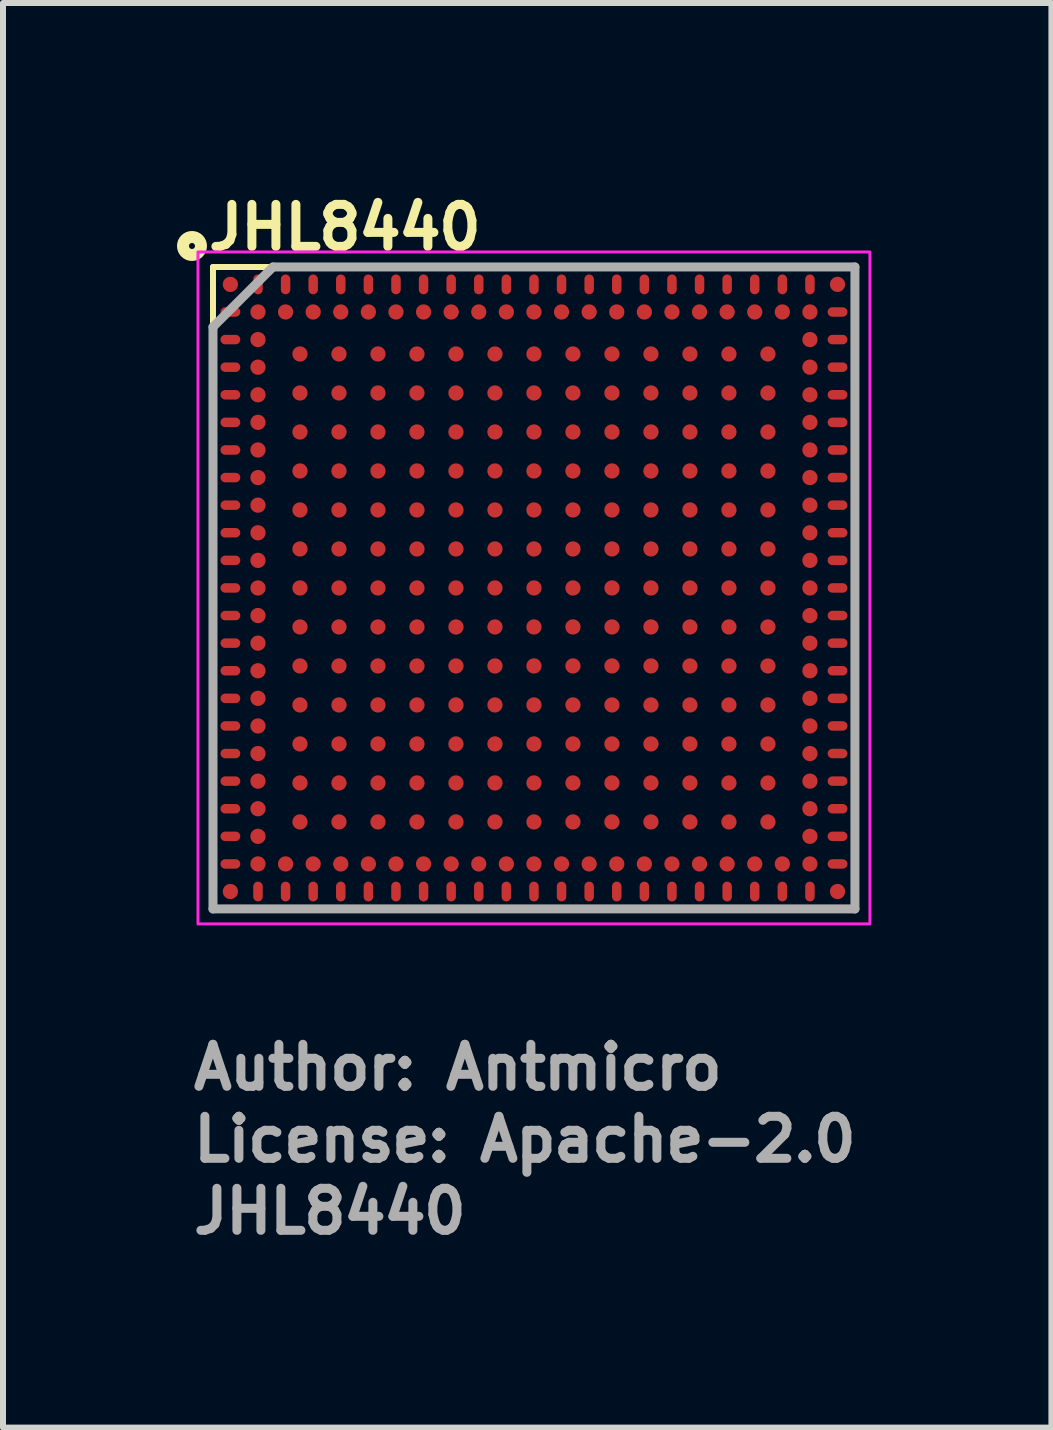
<source format=kicad_pcb>
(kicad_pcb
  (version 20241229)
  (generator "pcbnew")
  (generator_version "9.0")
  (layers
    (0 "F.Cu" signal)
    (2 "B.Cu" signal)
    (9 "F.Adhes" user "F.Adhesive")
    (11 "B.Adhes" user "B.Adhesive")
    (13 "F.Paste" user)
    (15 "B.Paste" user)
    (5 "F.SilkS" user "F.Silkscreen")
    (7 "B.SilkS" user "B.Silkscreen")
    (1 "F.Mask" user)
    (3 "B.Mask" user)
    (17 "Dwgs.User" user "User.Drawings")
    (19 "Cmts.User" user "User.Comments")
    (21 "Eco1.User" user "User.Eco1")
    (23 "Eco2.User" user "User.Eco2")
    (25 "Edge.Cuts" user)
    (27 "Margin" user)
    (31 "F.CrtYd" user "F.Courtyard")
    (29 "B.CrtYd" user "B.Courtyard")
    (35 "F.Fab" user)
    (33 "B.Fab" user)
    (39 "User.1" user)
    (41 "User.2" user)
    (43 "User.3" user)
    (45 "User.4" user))
  (footprint "JHL8440"
    (layer "F.Cu")
    (at 5.85 6.75)
    (property "Reference" "JHL8440" (at -5.5 -5.6 0) (unlocked yes) (layer "F.SilkS") (effects (font (size 0.7 0.7) (thickness 0.15)) (justify left bottom)))
    (attr smd)
    (fp_line (start -5.35 5.35) (end -5.35 -5.35) (stroke (width 0.1) (type solid)) (layer "F.SilkS"))
    (fp_line (start -5.35 5.35) (end 5.35 5.35) (stroke (width 0.1) (type solid)) (layer "F.SilkS"))
    (fp_line (start 5.35 -5.35) (end -5.35 -5.35) (stroke (width 0.1) (type solid)) (layer "F.SilkS"))
    (fp_line (start 5.35 -5.35) (end 5.35 5.35) (stroke (width 0.1) (type solid)) (layer "F.SilkS"))
    (fp_circle (center -5.7 -5.7) (end -5.65 -5.7) (stroke (width 0.2) (type solid)) (fill no) (layer "F.SilkS"))
    (fp_rect (start -5.6 -5.6) (end 5.6 5.6) (stroke (width 0.05) (type solid)) (fill no) (layer "F.CrtYd"))
    (fp_line (start -5.35 5.35) (end -5.35 -4.35) (stroke (width 0.15) (type solid)) (layer "F.Fab"))
    (fp_line (start -4.35 -5.35) (end -5.35 -4.35) (stroke (width 0.15) (type solid)) (layer "F.Fab"))
    (fp_line (start -4.35 -5.35) (end 5.35 -5.35) (stroke (width 0.15) (type solid)) (layer "F.Fab"))
    (fp_line (start 5.35 -5.35) (end 5.35 5.35) (stroke (width 0.15) (type solid)) (layer "F.Fab"))
    (fp_line (start 5.35 5.35) (end -5.35 5.35) (stroke (width 0.15) (type solid)) (layer "F.Fab"))
    (fp_rect (start -5.35 -5.35) (end 5.35 5.35) (stroke (width 0.15) (type solid)) (fill no) (layer "User.5"))
    (fp_line (start -5.35 -5.35) (end 5.35 -5.35) (stroke (width 0.1) (type solid)) (layer "User.9"))
    (fp_line (start -5.35 5.35) (end -5.35 -5.35) (stroke (width 0.1) (type solid)) (layer "User.9"))
    (fp_line (start 5.35 -5.35) (end 5.35 5.35) (stroke (width 0.1) (type solid)) (layer "User.9"))
    (fp_line (start 5.35 5.35) (end -5.35 5.35) (stroke (width 0.1) (type solid)) (layer "User.9"))
    (fp_text user "Author: Antmicro" (at -5.75 8.4 0) (layer "F.Fab") (effects (font (size 0.7 0.7) (thickness 0.15)) (justify left bottom)))
    (fp_text user "${REFERENCE}" (at -5.75 10.8 0) (unlocked yes) (layer "F.Fab") (effects (font (size 0.7 0.7) (thickness 0.15)) (justify left bottom)))
    (fp_text user "License: Apache-2.0" (at -5.75 9.6 0) (layer "F.Fab") (effects (font (size 0.7 0.7) (thickness 0.15)) (justify left bottom)))
    (pad "A1" smd circle (at -5.06 -5.06) (size 0.254 0.254) (layers "F.Cu" "F.Mask" "F.Paste"))
    (pad "A2" smd oval (at -4.6 -5.06) (size 0.158 0.33) (layers "F.Cu" "F.Mask" "F.Paste"))
    (pad "A3" smd oval (at -4.14 -5.06) (size 0.158 0.33) (layers "F.Cu" "F.Mask" "F.Paste"))
    (pad "A4" smd oval (at -3.68 -5.06) (size 0.158 0.33) (layers "F.Cu" "F.Mask" "F.Paste"))
    (pad "A5" smd oval (at -3.22 -5.06) (size 0.158 0.33) (layers "F.Cu" "F.Mask" "F.Paste"))
    (pad "A6" smd oval (at -2.76 -5.06) (size 0.158 0.33) (layers "F.Cu" "F.Mask" "F.Paste"))
    (pad "A7" smd oval (at -2.3 -5.06) (size 0.158 0.33) (layers "F.Cu" "F.Mask" "F.Paste"))
    (pad "A8" smd oval (at -1.84 -5.06) (size 0.158 0.33) (layers "F.Cu" "F.Mask" "F.Paste"))
    (pad "A9" smd oval (at -1.38 -5.06) (size 0.158 0.33) (layers "F.Cu" "F.Mask" "F.Paste"))
    (pad "A10" smd oval (at -0.92 -5.06) (size 0.158 0.33) (layers "F.Cu" "F.Mask" "F.Paste"))
    (pad "A11" smd oval (at -0.46 -5.06) (size 0.158 0.33) (layers "F.Cu" "F.Mask" "F.Paste"))
    (pad "A12" smd oval (at 0 -5.06) (size 0.158 0.33) (layers "F.Cu" "F.Mask" "F.Paste"))
    (pad "A13" smd oval (at 0.46 -5.06) (size 0.158 0.33) (layers "F.Cu" "F.Mask" "F.Paste"))
    (pad "A14" smd oval (at 0.92 -5.06) (size 0.158 0.33) (layers "F.Cu" "F.Mask" "F.Paste"))
    (pad "A15" smd oval (at 1.38 -5.06) (size 0.158 0.33) (layers "F.Cu" "F.Mask" "F.Paste"))
    (pad "A16" smd oval (at 1.84 -5.06) (size 0.158 0.33) (layers "F.Cu" "F.Mask" "F.Paste"))
    (pad "A17" smd oval (at 2.3 -5.06) (size 0.158 0.33) (layers "F.Cu" "F.Mask" "F.Paste"))
    (pad "A18" smd oval (at 2.76 -5.06) (size 0.158 0.33) (layers "F.Cu" "F.Mask" "F.Paste"))
    (pad "A19" smd oval (at 3.22 -5.06) (size 0.158 0.33) (layers "F.Cu" "F.Mask" "F.Paste"))
    (pad "A20" smd oval (at 3.68 -5.06) (size 0.158 0.33) (layers "F.Cu" "F.Mask" "F.Paste"))
    (pad "A21" smd oval (at 4.14 -5.06) (size 0.158 0.33) (layers "F.Cu" "F.Mask" "F.Paste"))
    (pad "A22" smd oval (at 4.6 -5.06) (size 0.158 0.33) (layers "F.Cu" "F.Mask" "F.Paste"))
    (pad "A23" smd circle (at 5.06 -5.06) (size 0.254 0.254) (layers "F.Cu" "F.Mask" "F.Paste"))
    (pad "AA1" smd oval (at -5.06 4.14 90) (size 0.158 0.33) (layers "F.Cu" "F.Mask" "F.Paste"))
    (pad "AA2" smd circle (at -4.6 4.14) (size 0.254 0.254) (layers "F.Cu" "F.Mask" "F.Paste"))
    (pad "AA22" smd circle (at 4.6 4.14) (size 0.254 0.254) (layers "F.Cu" "F.Mask" "F.Paste"))
    (pad "AA23" smd oval (at 5.06 4.14 90) (size 0.158 0.33) (layers "F.Cu" "F.Mask" "F.Paste"))
    (pad "AB1" smd oval (at -5.06 4.6 90) (size 0.158 0.33) (layers "F.Cu" "F.Mask" "F.Paste"))
    (pad "AB2" smd circle (at -4.6 4.6) (size 0.254 0.254) (layers "F.Cu" "F.Mask" "F.Paste"))
    (pad "AB3" smd circle (at -4.14 4.6) (size 0.254 0.254) (layers "F.Cu" "F.Mask" "F.Paste"))
    (pad "AB4" smd circle (at -3.68 4.6) (size 0.254 0.254) (layers "F.Cu" "F.Mask" "F.Paste"))
    (pad "AB5" smd circle (at -3.22 4.6) (size 0.254 0.254) (layers "F.Cu" "F.Mask" "F.Paste"))
    (pad "AB6" smd circle (at -2.76 4.6) (size 0.254 0.254) (layers "F.Cu" "F.Mask" "F.Paste"))
    (pad "AB7" smd circle (at -2.3 4.6) (size 0.254 0.254) (layers "F.Cu" "F.Mask" "F.Paste"))
    (pad "AB8" smd circle (at -1.84 4.6) (size 0.254 0.254) (layers "F.Cu" "F.Mask" "F.Paste"))
    (pad "AB9" smd circle (at -1.38 4.6) (size 0.254 0.254) (layers "F.Cu" "F.Mask" "F.Paste"))
    (pad "AB10" smd circle (at -0.92 4.6) (size 0.254 0.254) (layers "F.Cu" "F.Mask" "F.Paste"))
    (pad "AB11" smd circle (at -0.46 4.6) (size 0.254 0.254) (layers "F.Cu" "F.Mask" "F.Paste"))
    (pad "AB12" smd circle (at 0 4.6) (size 0.254 0.254) (layers "F.Cu" "F.Mask" "F.Paste"))
    (pad "AB13" smd circle (at 0.46 4.6) (size 0.254 0.254) (layers "F.Cu" "F.Mask" "F.Paste"))
    (pad "AB14" smd circle (at 0.92 4.6) (size 0.254 0.254) (layers "F.Cu" "F.Mask" "F.Paste"))
    (pad "AB15" smd circle (at 1.38 4.6) (size 0.254 0.254) (layers "F.Cu" "F.Mask" "F.Paste"))
    (pad "AB16" smd circle (at 1.84 4.6) (size 0.254 0.254) (layers "F.Cu" "F.Mask" "F.Paste"))
    (pad "AB17" smd circle (at 2.3 4.6) (size 0.254 0.254) (layers "F.Cu" "F.Mask" "F.Paste"))
    (pad "AB18" smd circle (at 2.76 4.6) (size 0.254 0.254) (layers "F.Cu" "F.Mask" "F.Paste"))
    (pad "AB19" smd circle (at 3.22 4.6) (size 0.254 0.254) (layers "F.Cu" "F.Mask" "F.Paste"))
    (pad "AB20" smd circle (at 3.68 4.6) (size 0.254 0.254) (layers "F.Cu" "F.Mask" "F.Paste"))
    (pad "AB21" smd circle (at 4.14 4.6) (size 0.254 0.254) (layers "F.Cu" "F.Mask" "F.Paste"))
    (pad "AB22" smd circle (at 4.6 4.6) (size 0.254 0.254) (layers "F.Cu" "F.Mask" "F.Paste"))
    (pad "AB23" smd oval (at 5.06 4.6 90) (size 0.158 0.33) (layers "F.Cu" "F.Mask" "F.Paste"))
    (pad "AC1" smd circle (at -5.06 5.06) (size 0.254 0.254) (layers "F.Cu" "F.Mask" "F.Paste"))
    (pad "AC2" smd oval (at -4.6 5.06) (size 0.158 0.33) (layers "F.Cu" "F.Mask" "F.Paste"))
    (pad "AC3" smd oval (at -4.14 5.06) (size 0.158 0.33) (layers "F.Cu" "F.Mask" "F.Paste"))
    (pad "AC4" smd oval (at -3.68 5.06) (size 0.158 0.33) (layers "F.Cu" "F.Mask" "F.Paste"))
    (pad "AC5" smd oval (at -3.22 5.06) (size 0.158 0.33) (layers "F.Cu" "F.Mask" "F.Paste"))
    (pad "AC6" smd oval (at -2.76 5.06) (size 0.158 0.33) (layers "F.Cu" "F.Mask" "F.Paste"))
    (pad "AC7" smd oval (at -2.3 5.06) (size 0.158 0.33) (layers "F.Cu" "F.Mask" "F.Paste"))
    (pad "AC8" smd oval (at -1.84 5.06) (size 0.158 0.33) (layers "F.Cu" "F.Mask" "F.Paste"))
    (pad "AC9" smd oval (at -1.38 5.06) (size 0.158 0.33) (layers "F.Cu" "F.Mask" "F.Paste"))
    (pad "AC10" smd oval (at -0.92 5.06) (size 0.158 0.33) (layers "F.Cu" "F.Mask" "F.Paste"))
    (pad "AC11" smd oval (at -0.46 5.06) (size 0.158 0.33) (layers "F.Cu" "F.Mask" "F.Paste"))
    (pad "AC12" smd oval (at 0 5.06) (size 0.158 0.33) (layers "F.Cu" "F.Mask" "F.Paste"))
    (pad "AC13" smd oval (at 0.46 5.06) (size 0.158 0.33) (layers "F.Cu" "F.Mask" "F.Paste"))
    (pad "AC14" smd oval (at 0.92 5.06) (size 0.158 0.33) (layers "F.Cu" "F.Mask" "F.Paste"))
    (pad "AC15" smd oval (at 1.38 5.06) (size 0.158 0.33) (layers "F.Cu" "F.Mask" "F.Paste"))
    (pad "AC16" smd oval (at 1.84 5.06) (size 0.158 0.33) (layers "F.Cu" "F.Mask" "F.Paste"))
    (pad "AC17" smd oval (at 2.3 5.06) (size 0.158 0.33) (layers "F.Cu" "F.Mask" "F.Paste"))
    (pad "AC18" smd oval (at 2.76 5.06) (size 0.158 0.33) (layers "F.Cu" "F.Mask" "F.Paste"))
    (pad "AC19" smd oval (at 3.22 5.06) (size 0.158 0.33) (layers "F.Cu" "F.Mask" "F.Paste"))
    (pad "AC20" smd oval (at 3.68 5.06) (size 0.158 0.33) (layers "F.Cu" "F.Mask" "F.Paste"))
    (pad "AC21" smd oval (at 4.14 5.06) (size 0.158 0.33) (layers "F.Cu" "F.Mask" "F.Paste"))
    (pad "AC22" smd oval (at 4.6 5.06) (size 0.158 0.33) (layers "F.Cu" "F.Mask" "F.Paste"))
    (pad "AC23" smd circle (at 5.06 5.06) (size 0.254 0.254) (layers "F.Cu" "F.Mask" "F.Paste"))
    (pad "B1" smd oval (at -5.06 -4.6 90) (size 0.158 0.33) (layers "F.Cu" "F.Mask" "F.Paste"))
    (pad "B2" smd circle (at -4.6 -4.6) (size 0.254 0.254) (layers "F.Cu" "F.Mask" "F.Paste"))
    (pad "B3" smd circle (at -4.14 -4.6) (size 0.254 0.254) (layers "F.Cu" "F.Mask" "F.Paste"))
    (pad "B4" smd circle (at -3.68 -4.6) (size 0.254 0.254) (layers "F.Cu" "F.Mask" "F.Paste"))
    (pad "B5" smd circle (at -3.22 -4.6) (size 0.254 0.254) (layers "F.Cu" "F.Mask" "F.Paste"))
    (pad "B6" smd circle (at -2.76 -4.6) (size 0.254 0.254) (layers "F.Cu" "F.Mask" "F.Paste"))
    (pad "B7" smd circle (at -2.3 -4.6) (size 0.254 0.254) (layers "F.Cu" "F.Mask" "F.Paste"))
    (pad "B8" smd circle (at -1.84 -4.6) (size 0.254 0.254) (layers "F.Cu" "F.Mask" "F.Paste"))
    (pad "B9" smd circle (at -1.38 -4.6) (size 0.254 0.254) (layers "F.Cu" "F.Mask" "F.Paste"))
    (pad "B10" smd circle (at -0.92 -4.6) (size 0.254 0.254) (layers "F.Cu" "F.Mask" "F.Paste"))
    (pad "B11" smd circle (at -0.46 -4.6) (size 0.254 0.254) (layers "F.Cu" "F.Mask" "F.Paste"))
    (pad "B12" smd circle (at 0 -4.6) (size 0.254 0.254) (layers "F.Cu" "F.Mask" "F.Paste"))
    (pad "B13" smd circle (at 0.46 -4.6) (size 0.254 0.254) (layers "F.Cu" "F.Mask" "F.Paste"))
    (pad "B14" smd circle (at 0.92 -4.6) (size 0.254 0.254) (layers "F.Cu" "F.Mask" "F.Paste"))
    (pad "B15" smd circle (at 1.38 -4.6) (size 0.254 0.254) (layers "F.Cu" "F.Mask" "F.Paste"))
    (pad "B16" smd circle (at 1.84 -4.6) (size 0.254 0.254) (layers "F.Cu" "F.Mask" "F.Paste"))
    (pad "B17" smd circle (at 2.3 -4.6) (size 0.254 0.254) (layers "F.Cu" "F.Mask" "F.Paste"))
    (pad "B18" smd circle (at 2.76 -4.6) (size 0.254 0.254) (layers "F.Cu" "F.Mask" "F.Paste"))
    (pad "B19" smd circle (at 3.22 -4.6) (size 0.254 0.254) (layers "F.Cu" "F.Mask" "F.Paste"))
    (pad "B20" smd circle (at 3.68 -4.6) (size 0.254 0.254) (layers "F.Cu" "F.Mask" "F.Paste"))
    (pad "B21" smd circle (at 4.14 -4.6) (size 0.254 0.254) (layers "F.Cu" "F.Mask" "F.Paste"))
    (pad "B22" smd circle (at 4.6 -4.6) (size 0.254 0.254) (layers "F.Cu" "F.Mask" "F.Paste"))
    (pad "B23" smd oval (at 5.06 -4.6 90) (size 0.158 0.33) (layers "F.Cu" "F.Mask" "F.Paste"))
    (pad "C1" smd oval (at -5.06 -4.14 90) (size 0.158 0.33) (layers "F.Cu" "F.Mask" "F.Paste"))
    (pad "C2" smd circle (at -4.6 -4.14) (size 0.254 0.254) (layers "F.Cu" "F.Mask" "F.Paste"))
    (pad "C22" smd circle (at 4.6 -4.14) (size 0.254 0.254) (layers "F.Cu" "F.Mask" "F.Paste"))
    (pad "C23" smd oval (at 5.06 -4.14 90) (size 0.158 0.33) (layers "F.Cu" "F.Mask" "F.Paste"))
    (pad "D1" smd oval (at -5.06 -3.68 90) (size 0.158 0.33) (layers "F.Cu" "F.Mask" "F.Paste"))
    (pad "D2" smd circle (at -4.6 -3.68) (size 0.254 0.254) (layers "F.Cu" "F.Mask" "F.Paste"))
    (pad "D4" smd circle (at -3.9 -3.9) (size 0.254 0.254) (layers "F.Cu" "F.Mask" "F.Paste"))
    (pad "D5" smd circle (at -3.25 -3.9) (size 0.254 0.254) (layers "F.Cu" "F.Mask" "F.Paste"))
    (pad "D6" smd circle (at -2.6 -3.9) (size 0.254 0.254) (layers "F.Cu" "F.Mask" "F.Paste"))
    (pad "D8" smd circle (at -1.95 -3.9) (size 0.254 0.254) (layers "F.Cu" "F.Mask" "F.Paste"))
    (pad "D9" smd circle (at -1.3 -3.9) (size 0.254 0.254) (layers "F.Cu" "F.Mask" "F.Paste"))
    (pad "D11" smd circle (at -0.65 -3.9) (size 0.254 0.254) (layers "F.Cu" "F.Mask" "F.Paste"))
    (pad "D12" smd circle (at 0 -3.9) (size 0.254 0.254) (layers "F.Cu" "F.Mask" "F.Paste"))
    (pad "D13" smd circle (at 0.65 -3.9) (size 0.254 0.254) (layers "F.Cu" "F.Mask" "F.Paste"))
    (pad "D15" smd circle (at 1.3 -3.9) (size 0.254 0.254) (layers "F.Cu" "F.Mask" "F.Paste"))
    (pad "D16" smd circle (at 1.95 -3.9) (size 0.254 0.254) (layers "F.Cu" "F.Mask" "F.Paste"))
    (pad "D18" smd circle (at 2.6 -3.9) (size 0.254 0.254) (layers "F.Cu" "F.Mask" "F.Paste"))
    (pad "D19" smd circle (at 3.25 -3.9) (size 0.254 0.254) (layers "F.Cu" "F.Mask" "F.Paste"))
    (pad "D20" smd circle (at 3.9 -3.9) (size 0.254 0.254) (layers "F.Cu" "F.Mask" "F.Paste"))
    (pad "D22" smd circle (at 4.6 -3.68) (size 0.254 0.254) (layers "F.Cu" "F.Mask" "F.Paste"))
    (pad "D23" smd oval (at 5.06 -3.68 90) (size 0.158 0.33) (layers "F.Cu" "F.Mask" "F.Paste"))
    (pad "E1" smd oval (at -5.06 -3.22 90) (size 0.158 0.33) (layers "F.Cu" "F.Mask" "F.Paste"))
    (pad "E2" smd circle (at -4.6 -3.22) (size 0.254 0.254) (layers "F.Cu" "F.Mask" "F.Paste"))
    (pad "E4" smd circle (at -3.9 -3.25) (size 0.254 0.254) (layers "F.Cu" "F.Mask" "F.Paste"))
    (pad "E5" smd circle (at -3.25 -3.25) (size 0.254 0.254) (layers "F.Cu" "F.Mask" "F.Paste"))
    (pad "E6" smd circle (at -2.6 -3.25) (size 0.254 0.254) (layers "F.Cu" "F.Mask" "F.Paste"))
    (pad "E8" smd circle (at -1.95 -3.25) (size 0.254 0.254) (layers "F.Cu" "F.Mask" "F.Paste"))
    (pad "E9" smd circle (at -1.3 -3.25) (size 0.254 0.254) (layers "F.Cu" "F.Mask" "F.Paste"))
    (pad "E11" smd circle (at -0.65 -3.25) (size 0.254 0.254) (layers "F.Cu" "F.Mask" "F.Paste"))
    (pad "E12" smd circle (at 0 -3.25) (size 0.254 0.254) (layers "F.Cu" "F.Mask" "F.Paste"))
    (pad "E13" smd circle (at 0.65 -3.25) (size 0.254 0.254) (layers "F.Cu" "F.Mask" "F.Paste"))
    (pad "E15" smd circle (at 1.3 -3.25) (size 0.254 0.254) (layers "F.Cu" "F.Mask" "F.Paste"))
    (pad "E16" smd circle (at 1.95 -3.25) (size 0.254 0.254) (layers "F.Cu" "F.Mask" "F.Paste"))
    (pad "E18" smd circle (at 2.6 -3.25) (size 0.254 0.254) (layers "F.Cu" "F.Mask" "F.Paste"))
    (pad "E19" smd circle (at 3.25 -3.25) (size 0.254 0.254) (layers "F.Cu" "F.Mask" "F.Paste"))
    (pad "E20" smd circle (at 3.9 -3.25) (size 0.254 0.254) (layers "F.Cu" "F.Mask" "F.Paste"))
    (pad "E22" smd circle (at 4.6 -3.22) (size 0.254 0.254) (layers "F.Cu" "F.Mask" "F.Paste"))
    (pad "E23" smd oval (at 5.06 -3.22 90) (size 0.158 0.33) (layers "F.Cu" "F.Mask" "F.Paste"))
    (pad "F1" smd oval (at -5.06 -2.76 90) (size 0.158 0.33) (layers "F.Cu" "F.Mask" "F.Paste"))
    (pad "F2" smd circle (at -4.6 -2.76) (size 0.254 0.254) (layers "F.Cu" "F.Mask" "F.Paste"))
    (pad "F4" smd circle (at -3.9 -2.6) (size 0.254 0.254) (layers "F.Cu" "F.Mask" "F.Paste"))
    (pad "F5" smd circle (at -3.25 -2.6) (size 0.254 0.254) (layers "F.Cu" "F.Mask" "F.Paste"))
    (pad "F6" smd circle (at -2.6 -2.6) (size 0.254 0.254) (layers "F.Cu" "F.Mask" "F.Paste"))
    (pad "F8" smd circle (at -1.95 -2.6) (size 0.254 0.254) (layers "F.Cu" "F.Mask" "F.Paste"))
    (pad "F9" smd circle (at -1.3 -2.6) (size 0.254 0.254) (layers "F.Cu" "F.Mask" "F.Paste"))
    (pad "F11" smd circle (at -0.65 -2.6) (size 0.254 0.254) (layers "F.Cu" "F.Mask" "F.Paste"))
    (pad "F12" smd circle (at 0 -2.6) (size 0.254 0.254) (layers "F.Cu" "F.Mask" "F.Paste"))
    (pad "F13" smd circle (at 0.65 -2.6) (size 0.254 0.254) (layers "F.Cu" "F.Mask" "F.Paste"))
    (pad "F15" smd circle (at 1.3 -2.6) (size 0.254 0.254) (layers "F.Cu" "F.Mask" "F.Paste"))
    (pad "F16" smd circle (at 1.95 -2.6) (size 0.254 0.254) (layers "F.Cu" "F.Mask" "F.Paste"))
    (pad "F18" smd circle (at 2.6 -2.6) (size 0.254 0.254) (layers "F.Cu" "F.Mask" "F.Paste"))
    (pad "F19" smd circle (at 3.25 -2.6) (size 0.254 0.254) (layers "F.Cu" "F.Mask" "F.Paste"))
    (pad "F20" smd circle (at 3.9 -2.6) (size 0.254 0.254) (layers "F.Cu" "F.Mask" "F.Paste"))
    (pad "F22" smd circle (at 4.6 -2.76) (size 0.254 0.254) (layers "F.Cu" "F.Mask" "F.Paste"))
    (pad "F23" smd oval (at 5.06 -2.76 90) (size 0.158 0.33) (layers "F.Cu" "F.Mask" "F.Paste"))
    (pad "G1" smd oval (at -5.06 -2.3 90) (size 0.158 0.33) (layers "F.Cu" "F.Mask" "F.Paste"))
    (pad "G2" smd circle (at -4.6 -2.3) (size 0.254 0.254) (layers "F.Cu" "F.Mask" "F.Paste"))
    (pad "G22" smd circle (at 4.6 -2.3) (size 0.254 0.254) (layers "F.Cu" "F.Mask" "F.Paste"))
    (pad "G23" smd oval (at 5.06 -2.3 90) (size 0.158 0.33) (layers "F.Cu" "F.Mask" "F.Paste"))
    (pad "H1" smd oval (at -5.06 -1.84 90) (size 0.158 0.33) (layers "F.Cu" "F.Mask" "F.Paste"))
    (pad "H2" smd circle (at -4.6 -1.84) (size 0.254 0.254) (layers "F.Cu" "F.Mask" "F.Paste"))
    (pad "H4" smd circle (at -3.9 -1.95) (size 0.254 0.254) (layers "F.Cu" "F.Mask" "F.Paste"))
    (pad "H5" smd circle (at -3.25 -1.95) (size 0.254 0.254) (layers "F.Cu" "F.Mask" "F.Paste"))
    (pad "H6" smd circle (at -2.6 -1.95) (size 0.254 0.254) (layers "F.Cu" "F.Mask" "F.Paste"))
    (pad "H8" smd circle (at -1.95 -1.95) (size 0.254 0.254) (layers "F.Cu" "F.Mask" "F.Paste"))
    (pad "H9" smd circle (at -1.3 -1.95) (size 0.254 0.254) (layers "F.Cu" "F.Mask" "F.Paste"))
    (pad "H11" smd circle (at -0.65 -1.95) (size 0.254 0.254) (layers "F.Cu" "F.Mask" "F.Paste"))
    (pad "H12" smd circle (at 0 -1.95) (size 0.254 0.254) (layers "F.Cu" "F.Mask" "F.Paste"))
    (pad "H13" smd circle (at 0.65 -1.95) (size 0.254 0.254) (layers "F.Cu" "F.Mask" "F.Paste"))
    (pad "H15" smd circle (at 1.3 -1.95) (size 0.254 0.254) (layers "F.Cu" "F.Mask" "F.Paste"))
    (pad "H16" smd circle (at 1.95 -1.95) (size 0.254 0.254) (layers "F.Cu" "F.Mask" "F.Paste"))
    (pad "H18" smd circle (at 2.6 -1.95) (size 0.254 0.254) (layers "F.Cu" "F.Mask" "F.Paste"))
    (pad "H19" smd circle (at 3.25 -1.95) (size 0.254 0.254) (layers "F.Cu" "F.Mask" "F.Paste"))
    (pad "H20" smd circle (at 3.9 -1.95) (size 0.254 0.254) (layers "F.Cu" "F.Mask" "F.Paste"))
    (pad "H22" smd circle (at 4.6 -1.84) (size 0.254 0.254) (layers "F.Cu" "F.Mask" "F.Paste"))
    (pad "H23" smd oval (at 5.06 -1.84 90) (size 0.158 0.33) (layers "F.Cu" "F.Mask" "F.Paste"))
    (pad "J1" smd oval (at -5.06 -1.38 90) (size 0.158 0.33) (layers "F.Cu" "F.Mask" "F.Paste"))
    (pad "J2" smd circle (at -4.6 -1.38) (size 0.254 0.254) (layers "F.Cu" "F.Mask" "F.Paste"))
    (pad "J4" smd circle (at -3.9 -1.3) (size 0.254 0.254) (layers "F.Cu" "F.Mask" "F.Paste"))
    (pad "J5" smd circle (at -3.25 -1.3) (size 0.254 0.254) (layers "F.Cu" "F.Mask" "F.Paste"))
    (pad "J6" smd circle (at -2.6 -1.3) (size 0.254 0.254) (layers "F.Cu" "F.Mask" "F.Paste"))
    (pad "J8" smd circle (at -1.95 -1.3) (size 0.254 0.254) (layers "F.Cu" "F.Mask" "F.Paste"))
    (pad "J9" smd circle (at -1.3 -1.3) (size 0.254 0.254) (layers "F.Cu" "F.Mask" "F.Paste"))
    (pad "J11" smd circle (at -0.65 -1.3) (size 0.254 0.254) (layers "F.Cu" "F.Mask" "F.Paste"))
    (pad "J12" smd circle (at 0 -1.3) (size 0.254 0.254) (layers "F.Cu" "F.Mask" "F.Paste"))
    (pad "J13" smd circle (at 0.65 -1.3) (size 0.254 0.254) (layers "F.Cu" "F.Mask" "F.Paste"))
    (pad "J15" smd circle (at 1.3 -1.3) (size 0.254 0.254) (layers "F.Cu" "F.Mask" "F.Paste"))
    (pad "J16" smd circle (at 1.95 -1.3) (size 0.254 0.254) (layers "F.Cu" "F.Mask" "F.Paste"))
    (pad "J18" smd circle (at 2.6 -1.3) (size 0.254 0.254) (layers "F.Cu" "F.Mask" "F.Paste"))
    (pad "J19" smd circle (at 3.25 -1.3) (size 0.254 0.254) (layers "F.Cu" "F.Mask" "F.Paste"))
    (pad "J20" smd circle (at 3.9 -1.3) (size 0.254 0.254) (layers "F.Cu" "F.Mask" "F.Paste"))
    (pad "J22" smd circle (at 4.6 -1.38) (size 0.254 0.254) (layers "F.Cu" "F.Mask" "F.Paste"))
    (pad "J23" smd oval (at 5.06 -1.38 90) (size 0.158 0.33) (layers "F.Cu" "F.Mask" "F.Paste"))
    (pad "K1" smd oval (at -5.06 -0.92 90) (size 0.158 0.33) (layers "F.Cu" "F.Mask" "F.Paste"))
    (pad "K2" smd circle (at -4.6 -0.92) (size 0.254 0.254) (layers "F.Cu" "F.Mask" "F.Paste"))
    (pad "K22" smd circle (at 4.6 -0.92) (size 0.254 0.254) (layers "F.Cu" "F.Mask" "F.Paste"))
    (pad "K23" smd oval (at 5.06 -0.92 90) (size 0.158 0.33) (layers "F.Cu" "F.Mask" "F.Paste"))
    (pad "L1" smd oval (at -5.06 -0.46 90) (size 0.158 0.33) (layers "F.Cu" "F.Mask" "F.Paste"))
    (pad "L2" smd circle (at -4.6 -0.46) (size 0.254 0.254) (layers "F.Cu" "F.Mask" "F.Paste"))
    (pad "L4" smd circle (at -3.9 -0.65) (size 0.254 0.254) (layers "F.Cu" "F.Mask" "F.Paste"))
    (pad "L5" smd circle (at -3.25 -0.65) (size 0.254 0.254) (layers "F.Cu" "F.Mask" "F.Paste"))
    (pad "L6" smd circle (at -2.6 -0.65) (size 0.254 0.254) (layers "F.Cu" "F.Mask" "F.Paste"))
    (pad "L8" smd circle (at -1.95 -0.65) (size 0.254 0.254) (layers "F.Cu" "F.Mask" "F.Paste"))
    (pad "L9" smd circle (at -1.3 -0.65) (size 0.254 0.254) (layers "F.Cu" "F.Mask" "F.Paste"))
    (pad "L11" smd circle (at -0.65 -0.65) (size 0.254 0.254) (layers "F.Cu" "F.Mask" "F.Paste"))
    (pad "L12" smd circle (at 0 -0.65) (size 0.254 0.254) (layers "F.Cu" "F.Mask" "F.Paste"))
    (pad "L13" smd circle (at 0.65 -0.65) (size 0.254 0.254) (layers "F.Cu" "F.Mask" "F.Paste"))
    (pad "L15" smd circle (at 1.3 -0.65) (size 0.254 0.254) (layers "F.Cu" "F.Mask" "F.Paste"))
    (pad "L16" smd circle (at 1.95 -0.65) (size 0.254 0.254) (layers "F.Cu" "F.Mask" "F.Paste"))
    (pad "L18" smd circle (at 2.6 -0.65) (size 0.254 0.254) (layers "F.Cu" "F.Mask" "F.Paste"))
    (pad "L19" smd circle (at 3.25 -0.65) (size 0.254 0.254) (layers "F.Cu" "F.Mask" "F.Paste"))
    (pad "L20" smd circle (at 3.9 -0.65) (size 0.254 0.254) (layers "F.Cu" "F.Mask" "F.Paste"))
    (pad "L22" smd circle (at 4.6 -0.46) (size 0.254 0.254) (layers "F.Cu" "F.Mask" "F.Paste"))
    (pad "L23" smd oval (at 5.06 -0.46 90) (size 0.158 0.33) (layers "F.Cu" "F.Mask" "F.Paste"))
    (pad "M1" smd oval (at -5.06 0 90) (size 0.158 0.33) (layers "F.Cu" "F.Mask" "F.Paste"))
    (pad "M2" smd circle (at -4.6 0) (size 0.254 0.254) (layers "F.Cu" "F.Mask" "F.Paste"))
    (pad "M4" smd circle (at -3.9 0) (size 0.254 0.254) (layers "F.Cu" "F.Mask" "F.Paste"))
    (pad "M5" smd circle (at -3.25 0) (size 0.254 0.254) (layers "F.Cu" "F.Mask" "F.Paste"))
    (pad "M6" smd circle (at -2.6 0) (size 0.254 0.254) (layers "F.Cu" "F.Mask" "F.Paste"))
    (pad "M8" smd circle (at -1.95 0) (size 0.254 0.254) (layers "F.Cu" "F.Mask" "F.Paste"))
    (pad "M9" smd circle (at -1.3 0) (size 0.254 0.254) (layers "F.Cu" "F.Mask" "F.Paste"))
    (pad "M11" smd circle (at -0.65 0) (size 0.254 0.254) (layers "F.Cu" "F.Mask" "F.Paste"))
    (pad "M12" smd circle (at 0 0) (size 0.254 0.254) (layers "F.Cu" "F.Mask" "F.Paste"))
    (pad "M13" smd circle (at 0.65 0) (size 0.254 0.254) (layers "F.Cu" "F.Mask" "F.Paste"))
    (pad "M15" smd circle (at 1.3 0) (size 0.254 0.254) (layers "F.Cu" "F.Mask" "F.Paste"))
    (pad "M16" smd circle (at 1.95 0) (size 0.254 0.254) (layers "F.Cu" "F.Mask" "F.Paste"))
    (pad "M18" smd circle (at 2.6 0) (size 0.254 0.254) (layers "F.Cu" "F.Mask" "F.Paste"))
    (pad "M19" smd circle (at 3.25 0) (size 0.254 0.254) (layers "F.Cu" "F.Mask" "F.Paste"))
    (pad "M20" smd circle (at 3.9 0) (size 0.254 0.254) (layers "F.Cu" "F.Mask" "F.Paste"))
    (pad "M22" smd circle (at 4.6 0) (size 0.254 0.254) (layers "F.Cu" "F.Mask" "F.Paste"))
    (pad "M23" smd oval (at 5.06 0 90) (size 0.158 0.33) (layers "F.Cu" "F.Mask" "F.Paste"))
    (pad "N1" smd oval (at -5.06 0.46 90) (size 0.158 0.33) (layers "F.Cu" "F.Mask" "F.Paste"))
    (pad "N2" smd circle (at -4.6 0.46) (size 0.254 0.254) (layers "F.Cu" "F.Mask" "F.Paste"))
    (pad "N4" smd circle (at -3.9 0.65) (size 0.254 0.254) (layers "F.Cu" "F.Mask" "F.Paste"))
    (pad "N5" smd circle (at -3.25 0.65) (size 0.254 0.254) (layers "F.Cu" "F.Mask" "F.Paste"))
    (pad "N6" smd circle (at -2.6 0.65) (size 0.254 0.254) (layers "F.Cu" "F.Mask" "F.Paste"))
    (pad "N8" smd circle (at -1.95 0.65) (size 0.254 0.254) (layers "F.Cu" "F.Mask" "F.Paste"))
    (pad "N9" smd circle (at -1.3 0.65) (size 0.254 0.254) (layers "F.Cu" "F.Mask" "F.Paste"))
    (pad "N11" smd circle (at -0.65 0.65) (size 0.254 0.254) (layers "F.Cu" "F.Mask" "F.Paste"))
    (pad "N12" smd circle (at 0 0.65) (size 0.254 0.254) (layers "F.Cu" "F.Mask" "F.Paste"))
    (pad "N13" smd circle (at 0.65 0.65) (size 0.254 0.254) (layers "F.Cu" "F.Mask" "F.Paste"))
    (pad "N15" smd circle (at 1.3 0.65) (size 0.254 0.254) (layers "F.Cu" "F.Mask" "F.Paste"))
    (pad "N16" smd circle (at 1.95 0.65) (size 0.254 0.254) (layers "F.Cu" "F.Mask" "F.Paste"))
    (pad "N18" smd circle (at 2.6 0.65) (size 0.254 0.254) (layers "F.Cu" "F.Mask" "F.Paste"))
    (pad "N19" smd circle (at 3.25 0.65) (size 0.254 0.254) (layers "F.Cu" "F.Mask" "F.Paste"))
    (pad "N20" smd circle (at 3.9 0.65) (size 0.254 0.254) (layers "F.Cu" "F.Mask" "F.Paste"))
    (pad "N22" smd circle (at 4.6 0.46) (size 0.254 0.254) (layers "F.Cu" "F.Mask" "F.Paste"))
    (pad "N23" smd oval (at 5.06 0.46 90) (size 0.158 0.33) (layers "F.Cu" "F.Mask" "F.Paste"))
    (pad "P1" smd oval (at -5.06 0.92 90) (size 0.158 0.33) (layers "F.Cu" "F.Mask" "F.Paste"))
    (pad "P2" smd circle (at -4.6 0.92) (size 0.254 0.254) (layers "F.Cu" "F.Mask" "F.Paste"))
    (pad "P22" smd circle (at 4.6 0.92) (size 0.254 0.254) (layers "F.Cu" "F.Mask" "F.Paste"))
    (pad "P23" smd oval (at 5.06 0.92 90) (size 0.158 0.33) (layers "F.Cu" "F.Mask" "F.Paste"))
    (pad "R1" smd oval (at -5.06 1.38 90) (size 0.158 0.33) (layers "F.Cu" "F.Mask" "F.Paste"))
    (pad "R2" smd circle (at -4.6 1.38) (size 0.254 0.254) (layers "F.Cu" "F.Mask" "F.Paste"))
    (pad "R4" smd circle (at -3.9 1.3) (size 0.254 0.254) (layers "F.Cu" "F.Mask" "F.Paste"))
    (pad "R5" smd circle (at -3.25 1.3) (size 0.254 0.254) (layers "F.Cu" "F.Mask" "F.Paste"))
    (pad "R6" smd circle (at -2.6 1.3) (size 0.254 0.254) (layers "F.Cu" "F.Mask" "F.Paste"))
    (pad "R8" smd circle (at -1.95 1.3) (size 0.254 0.254) (layers "F.Cu" "F.Mask" "F.Paste"))
    (pad "R9" smd circle (at -1.3 1.3) (size 0.254 0.254) (layers "F.Cu" "F.Mask" "F.Paste"))
    (pad "R11" smd circle (at -0.65 1.3) (size 0.254 0.254) (layers "F.Cu" "F.Mask" "F.Paste"))
    (pad "R12" smd circle (at 0 1.3) (size 0.254 0.254) (layers "F.Cu" "F.Mask" "F.Paste"))
    (pad "R13" smd circle (at 0.65 1.3) (size 0.254 0.254) (layers "F.Cu" "F.Mask" "F.Paste"))
    (pad "R15" smd circle (at 1.3 1.3) (size 0.254 0.254) (layers "F.Cu" "F.Mask" "F.Paste"))
    (pad "R16" smd circle (at 1.95 1.3) (size 0.254 0.254) (layers "F.Cu" "F.Mask" "F.Paste"))
    (pad "R18" smd circle (at 2.6 1.3) (size 0.254 0.254) (layers "F.Cu" "F.Mask" "F.Paste"))
    (pad "R19" smd circle (at 3.25 1.3) (size 0.254 0.254) (layers "F.Cu" "F.Mask" "F.Paste"))
    (pad "R20" smd circle (at 3.9 1.3) (size 0.254 0.254) (layers "F.Cu" "F.Mask" "F.Paste"))
    (pad "R22" smd circle (at 4.6 1.38) (size 0.254 0.254) (layers "F.Cu" "F.Mask" "F.Paste"))
    (pad "R23" smd oval (at 5.06 1.38 90) (size 0.158 0.33) (layers "F.Cu" "F.Mask" "F.Paste"))
    (pad "T1" smd oval (at -5.06 1.84 90) (size 0.158 0.33) (layers "F.Cu" "F.Mask" "F.Paste"))
    (pad "T2" smd circle (at -4.6 1.84) (size 0.254 0.254) (layers "F.Cu" "F.Mask" "F.Paste"))
    (pad "T4" smd circle (at -3.9 1.95) (size 0.254 0.254) (layers "F.Cu" "F.Mask" "F.Paste"))
    (pad "T5" smd circle (at -3.25 1.95) (size 0.254 0.254) (layers "F.Cu" "F.Mask" "F.Paste"))
    (pad "T6" smd circle (at -2.6 1.95) (size 0.254 0.254) (layers "F.Cu" "F.Mask" "F.Paste"))
    (pad "T8" smd circle (at -1.95 1.95) (size 0.254 0.254) (layers "F.Cu" "F.Mask" "F.Paste"))
    (pad "T9" smd circle (at -1.3 1.95) (size 0.254 0.254) (layers "F.Cu" "F.Mask" "F.Paste"))
    (pad "T11" smd circle (at -0.65 1.95) (size 0.254 0.254) (layers "F.Cu" "F.Mask" "F.Paste"))
    (pad "T12" smd circle (at 0 1.95) (size 0.254 0.254) (layers "F.Cu" "F.Mask" "F.Paste"))
    (pad "T13" smd circle (at 0.65 1.95) (size 0.254 0.254) (layers "F.Cu" "F.Mask" "F.Paste"))
    (pad "T15" smd circle (at 1.3 1.95) (size 0.254 0.254) (layers "F.Cu" "F.Mask" "F.Paste"))
    (pad "T16" smd circle (at 1.95 1.95) (size 0.254 0.254) (layers "F.Cu" "F.Mask" "F.Paste"))
    (pad "T18" smd circle (at 2.6 1.95) (size 0.254 0.254) (layers "F.Cu" "F.Mask" "F.Paste"))
    (pad "T19" smd circle (at 3.25 1.95) (size 0.254 0.254) (layers "F.Cu" "F.Mask" "F.Paste"))
    (pad "T20" smd circle (at 3.9 1.95) (size 0.254 0.254) (layers "F.Cu" "F.Mask" "F.Paste"))
    (pad "T22" smd circle (at 4.6 1.84) (size 0.254 0.254) (layers "F.Cu" "F.Mask" "F.Paste"))
    (pad "T23" smd oval (at 5.06 1.84 90) (size 0.158 0.33) (layers "F.Cu" "F.Mask" "F.Paste"))
    (pad "U1" smd oval (at -5.06 2.3 90) (size 0.158 0.33) (layers "F.Cu" "F.Mask" "F.Paste"))
    (pad "U2" smd circle (at -4.6 2.3) (size 0.254 0.254) (layers "F.Cu" "F.Mask" "F.Paste"))
    (pad "U22" smd circle (at 4.6 2.3) (size 0.254 0.254) (layers "F.Cu" "F.Mask" "F.Paste"))
    (pad "U23" smd oval (at 5.06 2.3 90) (size 0.158 0.33) (layers "F.Cu" "F.Mask" "F.Paste"))
    (pad "V1" smd oval (at -5.06 2.76 90) (size 0.158 0.33) (layers "F.Cu" "F.Mask" "F.Paste"))
    (pad "V2" smd circle (at -4.6 2.76) (size 0.254 0.254) (layers "F.Cu" "F.Mask" "F.Paste"))
    (pad "V4" smd circle (at -3.9 2.6) (size 0.254 0.254) (layers "F.Cu" "F.Mask" "F.Paste"))
    (pad "V5" smd circle (at -3.25 2.6) (size 0.254 0.254) (layers "F.Cu" "F.Mask" "F.Paste"))
    (pad "V6" smd circle (at -2.6 2.6) (size 0.254 0.254) (layers "F.Cu" "F.Mask" "F.Paste"))
    (pad "V8" smd circle (at -1.95 2.6) (size 0.254 0.254) (layers "F.Cu" "F.Mask" "F.Paste"))
    (pad "V9" smd circle (at -1.3 2.6) (size 0.254 0.254) (layers "F.Cu" "F.Mask" "F.Paste"))
    (pad "V11" smd circle (at -0.65 2.6) (size 0.254 0.254) (layers "F.Cu" "F.Mask" "F.Paste"))
    (pad "V12" smd circle (at 0 2.6) (size 0.254 0.254) (layers "F.Cu" "F.Mask" "F.Paste"))
    (pad "V13" smd circle (at 0.65 2.6) (size 0.254 0.254) (layers "F.Cu" "F.Mask" "F.Paste"))
    (pad "V15" smd circle (at 1.3 2.6) (size 0.254 0.254) (layers "F.Cu" "F.Mask" "F.Paste"))
    (pad "V16" smd circle (at 1.95 2.6) (size 0.254 0.254) (layers "F.Cu" "F.Mask" "F.Paste"))
    (pad "V18" smd circle (at 2.6 2.6) (size 0.254 0.254) (layers "F.Cu" "F.Mask" "F.Paste"))
    (pad "V19" smd circle (at 3.25 2.6) (size 0.254 0.254) (layers "F.Cu" "F.Mask" "F.Paste"))
    (pad "V20" smd circle (at 3.9 2.6) (size 0.254 0.254) (layers "F.Cu" "F.Mask" "F.Paste"))
    (pad "V22" smd circle (at 4.6 2.76) (size 0.254 0.254) (layers "F.Cu" "F.Mask" "F.Paste"))
    (pad "V23" smd oval (at 5.06 2.76 90) (size 0.158 0.33) (layers "F.Cu" "F.Mask" "F.Paste"))
    (pad "W1" smd oval (at -5.06 3.22 90) (size 0.158 0.33) (layers "F.Cu" "F.Mask" "F.Paste"))
    (pad "W2" smd circle (at -4.6 3.22) (size 0.254 0.254) (layers "F.Cu" "F.Mask" "F.Paste"))
    (pad "W4" smd circle (at -3.9 3.25) (size 0.254 0.254) (layers "F.Cu" "F.Mask" "F.Paste"))
    (pad "W5" smd circle (at -3.25 3.25) (size 0.254 0.254) (layers "F.Cu" "F.Mask" "F.Paste"))
    (pad "W6" smd circle (at -2.6 3.25) (size 0.254 0.254) (layers "F.Cu" "F.Mask" "F.Paste"))
    (pad "W8" smd circle (at -1.95 3.25) (size 0.254 0.254) (layers "F.Cu" "F.Mask" "F.Paste"))
    (pad "W9" smd circle (at -1.3 3.25) (size 0.254 0.254) (layers "F.Cu" "F.Mask" "F.Paste"))
    (pad "W11" smd circle (at -0.65 3.25) (size 0.254 0.254) (layers "F.Cu" "F.Mask" "F.Paste"))
    (pad "W12" smd circle (at 0 3.25) (size 0.254 0.254) (layers "F.Cu" "F.Mask" "F.Paste"))
    (pad "W13" smd circle (at 0.65 3.25) (size 0.254 0.254) (layers "F.Cu" "F.Mask" "F.Paste"))
    (pad "W15" smd circle (at 1.3 3.25) (size 0.254 0.254) (layers "F.Cu" "F.Mask" "F.Paste"))
    (pad "W16" smd circle (at 1.95 3.25) (size 0.254 0.254) (layers "F.Cu" "F.Mask" "F.Paste"))
    (pad "W18" smd circle (at 2.6 3.25) (size 0.254 0.254) (layers "F.Cu" "F.Mask" "F.Paste"))
    (pad "W19" smd circle (at 3.25 3.25) (size 0.254 0.254) (layers "F.Cu" "F.Mask" "F.Paste"))
    (pad "W20" smd circle (at 3.9 3.25) (size 0.254 0.254) (layers "F.Cu" "F.Mask" "F.Paste"))
    (pad "W22" smd circle (at 4.6 3.22) (size 0.254 0.254) (layers "F.Cu" "F.Mask" "F.Paste"))
    (pad "W23" smd oval (at 5.06 3.22 90) (size 0.158 0.33) (layers "F.Cu" "F.Mask" "F.Paste"))
    (pad "Y1" smd oval (at -5.06 3.68 90) (size 0.158 0.33) (layers "F.Cu" "F.Mask" "F.Paste"))
    (pad "Y2" smd circle (at -4.6 3.68) (size 0.254 0.254) (layers "F.Cu" "F.Mask" "F.Paste"))
    (pad "Y4" smd circle (at -3.9 3.9) (size 0.254 0.254) (layers "F.Cu" "F.Mask" "F.Paste"))
    (pad "Y5" smd circle (at -3.25 3.9) (size 0.254 0.254) (layers "F.Cu" "F.Mask" "F.Paste"))
    (pad "Y6" smd circle (at -2.6 3.9) (size 0.254 0.254) (layers "F.Cu" "F.Mask" "F.Paste"))
    (pad "Y8" smd circle (at -1.95 3.9) (size 0.254 0.254) (layers "F.Cu" "F.Mask" "F.Paste"))
    (pad "Y9" smd circle (at -1.3 3.9) (size 0.254 0.254) (layers "F.Cu" "F.Mask" "F.Paste"))
    (pad "Y11" smd circle (at -0.65 3.9) (size 0.254 0.254) (layers "F.Cu" "F.Mask" "F.Paste"))
    (pad "Y12" smd circle (at 0 3.9) (size 0.254 0.254) (layers "F.Cu" "F.Mask" "F.Paste"))
    (pad "Y13" smd circle (at 0.65 3.9) (size 0.254 0.254) (layers "F.Cu" "F.Mask" "F.Paste"))
    (pad "Y15" smd circle (at 1.3 3.9) (size 0.254 0.254) (layers "F.Cu" "F.Mask" "F.Paste"))
    (pad "Y16" smd circle (at 1.95 3.9) (size 0.254 0.254) (layers "F.Cu" "F.Mask" "F.Paste"))
    (pad "Y18" smd circle (at 2.6 3.9) (size 0.254 0.254) (layers "F.Cu" "F.Mask" "F.Paste"))
    (pad "Y19" smd circle (at 3.25 3.9) (size 0.254 0.254) (layers "F.Cu" "F.Mask" "F.Paste"))
    (pad "Y20" smd circle (at 3.9 3.9) (size 0.254 0.254) (layers "F.Cu" "F.Mask" "F.Paste"))
    (pad "Y22" smd circle (at 4.6 3.68) (size 0.254 0.254) (layers "F.Cu" "F.Mask" "F.Paste"))
    (pad "Y23" smd oval (at 5.06 3.68 90) (size 0.158 0.33) (layers "F.Cu" "F.Mask" "F.Paste")))
  (gr_rect
    (start -3 -3)
    (end 14.475 20.745)
    (stroke (width 0.1) (type default))
    (fill no)
    (layer "Edge.Cuts")))
</source>
